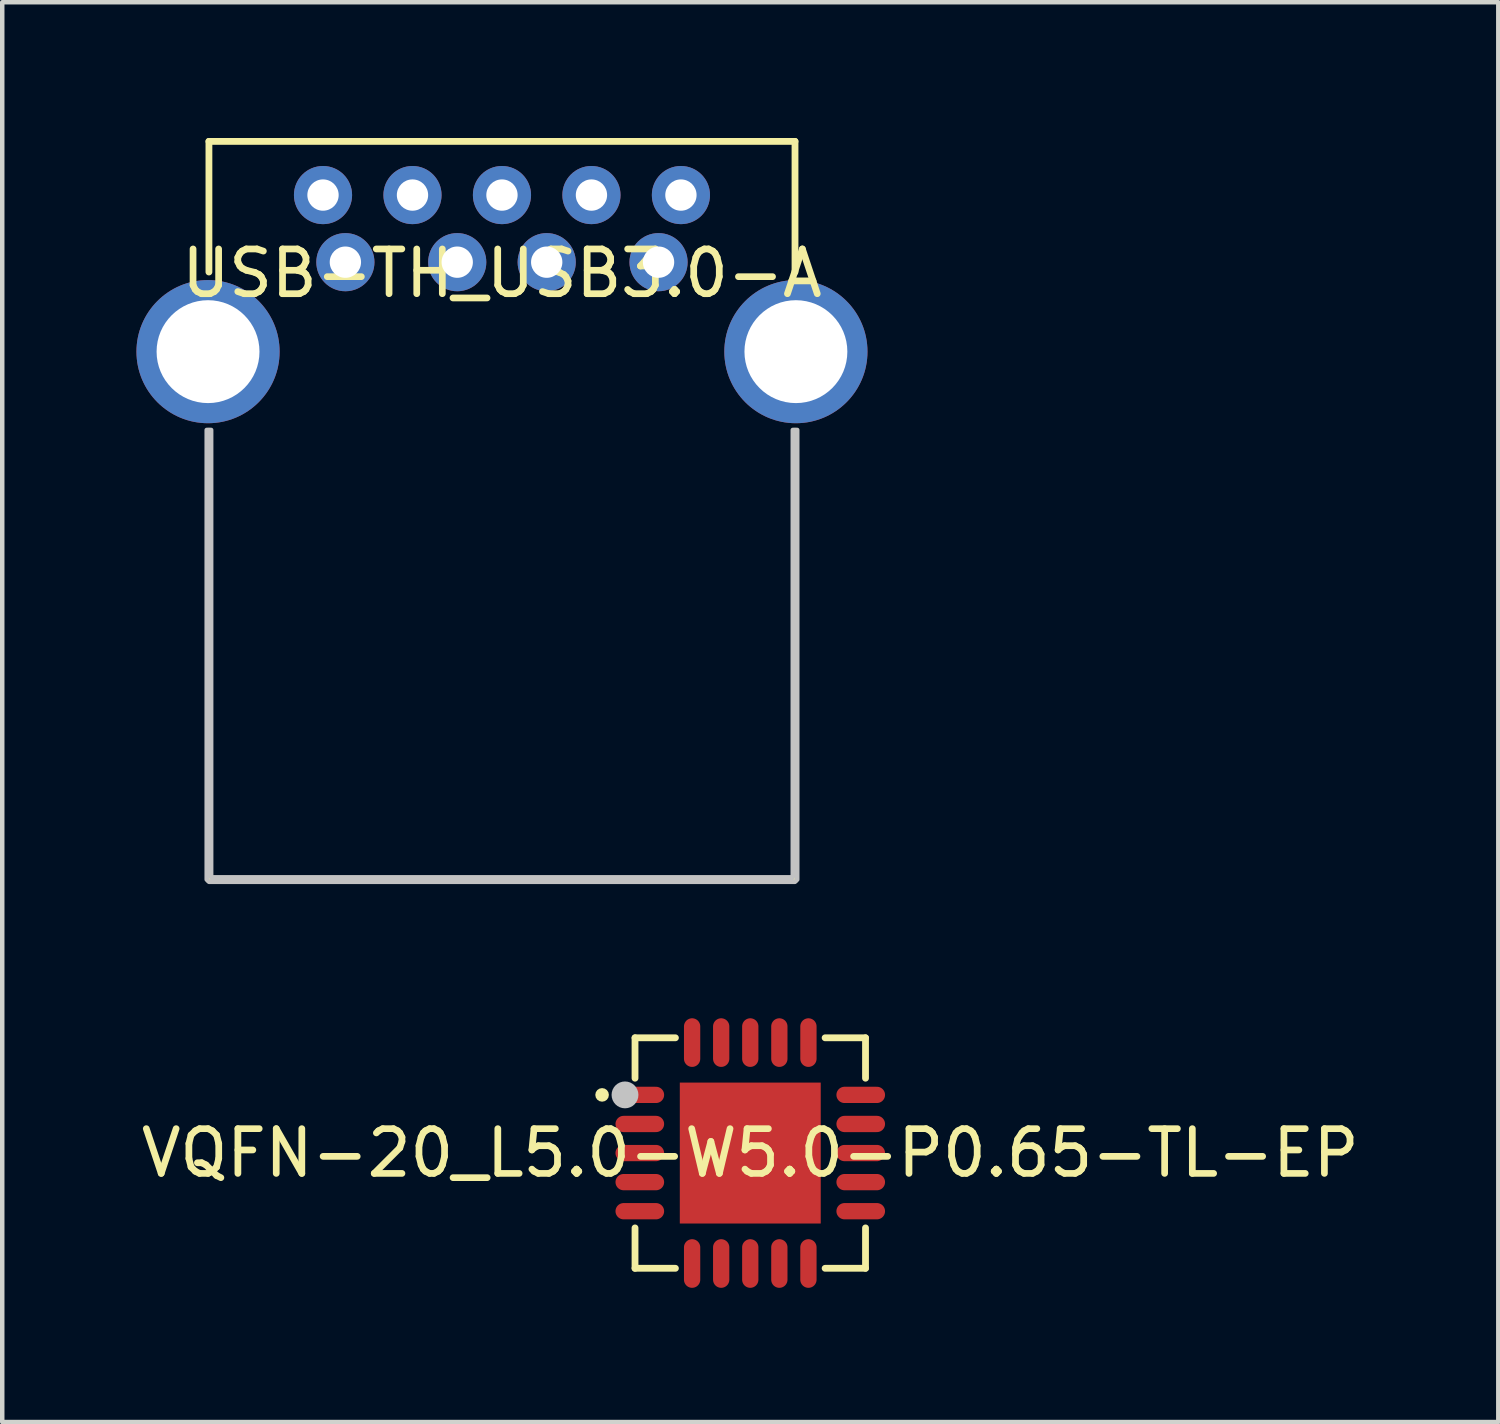
<source format=kicad_pcb>
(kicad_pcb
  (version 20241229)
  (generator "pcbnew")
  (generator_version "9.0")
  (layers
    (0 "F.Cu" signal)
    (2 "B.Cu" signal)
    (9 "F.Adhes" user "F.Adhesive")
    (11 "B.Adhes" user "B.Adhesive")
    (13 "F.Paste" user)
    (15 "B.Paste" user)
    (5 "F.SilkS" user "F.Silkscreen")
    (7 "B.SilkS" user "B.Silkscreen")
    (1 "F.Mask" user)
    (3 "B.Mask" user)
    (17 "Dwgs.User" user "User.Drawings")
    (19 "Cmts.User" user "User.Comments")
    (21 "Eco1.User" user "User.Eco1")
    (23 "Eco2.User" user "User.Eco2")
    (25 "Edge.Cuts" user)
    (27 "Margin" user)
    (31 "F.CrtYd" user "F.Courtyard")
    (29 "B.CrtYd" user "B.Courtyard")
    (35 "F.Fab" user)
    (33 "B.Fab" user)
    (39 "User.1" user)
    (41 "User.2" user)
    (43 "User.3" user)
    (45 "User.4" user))
  (footprint "VQFN-20_L5.0-W5.0-P0.65-TL-EP"
    (layer "F.Cu")
    (at 13.72 22.723)
    (property "Reference" "VQFN-20_L5.0-W5.0-P0.65-TL-EP" (at 0 0 0) (layer "F.SilkS") (effects (font (size 1 1) (thickness 0.15))))
    (fp_line (start -2.576 -2.576) (end -2.576 -1.673) (stroke (width 0.152) (type default)) (layer "F.SilkS"))
    (fp_line (start -2.576 2.576) (end -2.576 1.673) (stroke (width 0.152) (type default)) (layer "F.SilkS"))
    (fp_line (start -1.673 -2.576) (end -2.576 -2.576) (stroke (width 0.152) (type default)) (layer "F.SilkS"))
    (fp_line (start -1.673 2.576) (end -2.576 2.576) (stroke (width 0.152) (type default)) (layer "F.SilkS"))
    (fp_line (start 1.673 -2.576) (end 2.576 -2.576) (stroke (width 0.152) (type default)) (layer "F.SilkS"))
    (fp_line (start 1.673 2.576) (end 2.576 2.576) (stroke (width 0.152) (type default)) (layer "F.SilkS"))
    (fp_line (start 2.576 -2.576) (end 2.576 -1.673) (stroke (width 0.152) (type default)) (layer "F.SilkS"))
    (fp_line (start 2.576 2.576) (end 2.576 1.673) (stroke (width 0.152) (type default)) (layer "F.SilkS"))
    (fp_circle (center -3.312 -1.3) (end -3.236 -1.3) (stroke (width 0.152) (type default)) (fill no) (layer "F.SilkS"))
    (fp_poly (pts (xy -1.26 -1.26) (xy 1.26 -1.26) (xy 1.26 1.26) (xy -1.26 1.26)) (stroke (width 0) (type default)) (fill yes) (layer "F.Paste"))
    (fp_poly (pts (arc (start -2.83 -1.118) (mid -3.012 -1.3) (end -2.83 -1.482)) (arc (start -2.107 -1.482) (mid -1.925 -1.3) (end -2.107 -1.118))) (stroke (width 0) (type default)) (fill yes) (layer "F.Paste"))
    (fp_poly (pts (arc (start -2.83 -0.468) (mid -3.012 -0.65) (end -2.83 -0.832)) (arc (start -2.107 -0.832) (mid -1.925 -0.65) (end -2.107 -0.468))) (stroke (width 0) (type default)) (fill yes) (layer "F.Paste"))
    (fp_poly (pts (arc (start -2.83 0.182) (mid -3.012 0) (end -2.83 -0.182)) (arc (start -2.107 -0.182) (mid -1.925 0) (end -2.107 0.182))) (stroke (width 0) (type default)) (fill yes) (layer "F.Paste"))
    (fp_poly (pts (arc (start -2.83 0.832) (mid -3.012 0.65) (end -2.83 0.468)) (arc (start -2.107 0.468) (mid -1.925 0.65) (end -2.107 0.832))) (stroke (width 0) (type default)) (fill yes) (layer "F.Paste"))
    (fp_poly (pts (arc (start -2.83 1.482) (mid -3.012 1.3) (end -2.83 1.118)) (arc (start -2.107 1.118) (mid -1.925 1.3) (end -2.107 1.482))) (stroke (width 0) (type default)) (fill yes) (layer "F.Paste"))
    (fp_poly (pts (arc (start -1.482 -2.83) (mid -1.3 -3.012) (end -1.118 -2.83)) (arc (start -1.118 -2.107) (mid -1.3 -1.925) (end -1.482 -2.107))) (stroke (width 0) (type default)) (fill yes) (layer "F.Paste"))
    (fp_poly (pts (arc (start -1.482 2.107) (mid -1.3 1.925) (end -1.118 2.107)) (arc (start -1.118 2.83) (mid -1.3 3.012) (end -1.482 2.83))) (stroke (width 0) (type default)) (fill yes) (layer "F.Paste"))
    (fp_poly (pts (arc (start -0.832 -2.83) (mid -0.65 -3.012) (end -0.468 -2.83)) (arc (start -0.468 -2.107) (mid -0.65 -1.925) (end -0.832 -2.107))) (stroke (width 0) (type default)) (fill yes) (layer "F.Paste"))
    (fp_poly (pts (arc (start -0.832 2.107) (mid -0.65 1.925) (end -0.468 2.107)) (arc (start -0.468 2.83) (mid -0.65 3.012) (end -0.832 2.83))) (stroke (width 0) (type default)) (fill yes) (layer "F.Paste"))
    (fp_poly (pts (arc (start -0.182 -2.83) (mid 0 -3.012) (end 0.182 -2.83)) (arc (start 0.182 -2.107) (mid 0 -1.925) (end -0.182 -2.107))) (stroke (width 0) (type default)) (fill yes) (layer "F.Paste"))
    (fp_poly (pts (arc (start -0.182 2.107) (mid 0 1.925) (end 0.182 2.107)) (arc (start 0.182 2.83) (mid 0 3.012) (end -0.182 2.83))) (stroke (width 0) (type default)) (fill yes) (layer "F.Paste"))
    (fp_poly (pts (arc (start 0.468 -2.83) (mid 0.65 -3.012) (end 0.832 -2.83)) (arc (start 0.832 -2.107) (mid 0.65 -1.925) (end 0.468 -2.107))) (stroke (width 0) (type default)) (fill yes) (layer "F.Paste"))
    (fp_poly (pts (arc (start 0.468 2.107) (mid 0.65 1.925) (end 0.832 2.107)) (arc (start 0.832 2.83) (mid 0.65 3.012) (end 0.468 2.83))) (stroke (width 0) (type default)) (fill yes) (layer "F.Paste"))
    (fp_poly (pts (arc (start 1.118 -2.83) (mid 1.3 -3.012) (end 1.482 -2.83)) (arc (start 1.482 -2.107) (mid 1.3 -1.925) (end 1.118 -2.107))) (stroke (width 0) (type default)) (fill yes) (layer "F.Paste"))
    (fp_poly (pts (arc (start 1.118 2.107) (mid 1.3 1.925) (end 1.482 2.107)) (arc (start 1.482 2.83) (mid 1.3 3.012) (end 1.118 2.83))) (stroke (width 0) (type default)) (fill yes) (layer "F.Paste"))
    (fp_poly (pts (arc (start 2.107 -1.118) (mid 1.925 -1.3) (end 2.107 -1.482)) (arc (start 2.83 -1.482) (mid 3.012 -1.3) (end 2.83 -1.118))) (stroke (width 0) (type default)) (fill yes) (layer "F.Paste"))
    (fp_poly (pts (arc (start 2.107 -0.468) (mid 1.925 -0.65) (end 2.107 -0.832)) (arc (start 2.83 -0.832) (mid 3.012 -0.65) (end 2.83 -0.468))) (stroke (width 0) (type default)) (fill yes) (layer "F.Paste"))
    (fp_poly (pts (arc (start 2.107 0.182) (mid 1.925 0) (end 2.107 -0.182)) (arc (start 2.83 -0.182) (mid 3.012 0) (end 2.83 0.182))) (stroke (width 0) (type default)) (fill yes) (layer "F.Paste"))
    (fp_poly (pts (arc (start 2.107 0.832) (mid 1.925 0.65) (end 2.107 0.468)) (arc (start 2.83 0.468) (mid 3.012 0.65) (end 2.83 0.832))) (stroke (width 0) (type default)) (fill yes) (layer "F.Paste"))
    (fp_poly (pts (arc (start 2.107 1.482) (mid 1.925 1.3) (end 2.107 1.118)) (arc (start 2.83 1.118) (mid 3.012 1.3) (end 2.83 1.482))) (stroke (width 0) (type default)) (fill yes) (layer "F.Paste"))
    (fp_circle (center -2.8 -1.3) (end -2.65 -1.3) (stroke (width 0.3) (type default)) (fill no) (layer "Dwgs.User"))
    (fp_poly (pts (xy -2.5 -1.452) (xy -1.95 -1.452) (xy -1.95 -1.147) (xy -2.5 -1.147)) (stroke (width 0.1) (type default)) (fill no) (layer "User.1"))
    (fp_poly (pts (xy -2.5 -0.802) (xy -1.95 -0.802) (xy -1.95 -0.497) (xy -2.5 -0.497)) (stroke (width 0.1) (type default)) (fill no) (layer "User.1"))
    (fp_poly (pts (xy -2.5 -0.152) (xy -1.95 -0.152) (xy -1.95 0.152) (xy -2.5 0.152)) (stroke (width 0.1) (type default)) (fill no) (layer "User.1"))
    (fp_poly (pts (xy -2.5 0.497) (xy -1.95 0.497) (xy -1.95 0.802) (xy -2.5 0.802)) (stroke (width 0.1) (type default)) (fill no) (layer "User.1"))
    (fp_poly (pts (xy -2.5 1.147) (xy -1.95 1.147) (xy -1.95 1.452) (xy -2.5 1.452)) (stroke (width 0.1) (type default)) (fill no) (layer "User.1"))
    (fp_poly (pts (xy -1.452 -1.95) (xy -1.147 -1.95) (xy -1.147 -2.5) (xy -1.452 -2.5)) (stroke (width 0.1) (type default)) (fill no) (layer "User.1"))
    (fp_poly (pts (xy -1.452 1.95) (xy -1.147 1.95) (xy -1.147 2.5) (xy -1.452 2.5)) (stroke (width 0.1) (type default)) (fill no) (layer "User.1"))
    (fp_poly (pts (xy -0.802 -1.95) (xy -0.497 -1.95) (xy -0.497 -2.5) (xy -0.802 -2.5)) (stroke (width 0.1) (type default)) (fill no) (layer "User.1"))
    (fp_poly (pts (xy -0.802 1.95) (xy -0.497 1.95) (xy -0.497 2.5) (xy -0.802 2.5)) (stroke (width 0.1) (type default)) (fill no) (layer "User.1"))
    (fp_poly (pts (xy -0.152 -1.95) (xy 0.152 -1.95) (xy 0.152 -2.5) (xy -0.152 -2.5)) (stroke (width 0.1) (type default)) (fill no) (layer "User.1"))
    (fp_poly (pts (xy -0.152 1.95) (xy 0.152 1.95) (xy 0.152 2.5) (xy -0.152 2.5)) (stroke (width 0.1) (type default)) (fill no) (layer "User.1"))
    (fp_poly (pts (xy 0.497 -1.95) (xy 0.802 -1.95) (xy 0.802 -2.5) (xy 0.497 -2.5)) (stroke (width 0.1) (type default)) (fill no) (layer "User.1"))
    (fp_poly (pts (xy 0.497 1.95) (xy 0.802 1.95) (xy 0.802 2.5) (xy 0.497 2.5)) (stroke (width 0.1) (type default)) (fill no) (layer "User.1"))
    (fp_poly (pts (xy 1.147 -1.95) (xy 1.452 -1.95) (xy 1.452 -2.5) (xy 1.147 -2.5)) (stroke (width 0.1) (type default)) (fill no) (layer "User.1"))
    (fp_poly (pts (xy 1.147 1.95) (xy 1.452 1.95) (xy 1.452 2.5) (xy 1.147 2.5)) (stroke (width 0.1) (type default)) (fill no) (layer "User.1"))
    (fp_poly (pts (xy 2.5 -1.452) (xy 1.95 -1.452) (xy 1.95 -1.147) (xy 2.5 -1.147)) (stroke (width 0.1) (type default)) (fill no) (layer "User.1"))
    (fp_poly (pts (xy 2.5 -0.802) (xy 1.95 -0.802) (xy 1.95 -0.497) (xy 2.5 -0.497)) (stroke (width 0.1) (type default)) (fill no) (layer "User.1"))
    (fp_poly (pts (xy 2.5 -0.152) (xy 1.95 -0.152) (xy 1.95 0.152) (xy 2.5 0.152)) (stroke (width 0.1) (type default)) (fill no) (layer "User.1"))
    (fp_poly (pts (xy 2.5 0.497) (xy 1.95 0.497) (xy 1.95 0.802) (xy 2.5 0.802)) (stroke (width 0.1) (type default)) (fill no) (layer "User.1"))
    (fp_poly (pts (xy 2.5 1.147) (xy 1.95 1.147) (xy 1.95 1.452) (xy 2.5 1.452)) (stroke (width 0.1) (type default)) (fill no) (layer "User.1"))
    (fp_poly (pts (xy -1.26 -1.575) (xy 1.575 -1.575) (xy 1.575 1.575) (xy -1.575 1.575) (xy -1.575 -1.26)) (stroke (width 0.1) (type default)) (fill no) (layer "User.1"))
    (fp_line (start -2.5 -2.5) (end 2.5 -2.5) (stroke (width 0.051) (type default)) (layer "User.2"))
    (fp_line (start -2.5 2.5) (end -2.5 -2.5) (stroke (width 0.051) (type default)) (layer "User.2"))
    (fp_line (start 2.5 -2.5) (end 2.5 2.5) (stroke (width 0.051) (type default)) (layer "User.2"))
    (fp_line (start 2.5 2.5) (end -2.5 2.5) (stroke (width 0.051) (type default)) (layer "User.2"))
    (fp_poly (pts (xy -2.44 -2.5) (xy -2.458 -2.542) (xy -2.5 -2.56) (xy -2.542 -2.542) (xy -2.56 -2.5) (xy -2.542 -2.458) (xy -2.5 -2.44) (xy -2.458 -2.458)) (stroke (width 0.1) (type default)) (fill no) (layer "User.3"))
    (pad "1" smd oval (at -2.469 -1.3) (size 1.087 0.364) (layers "F.Cu" "F.Mask" "F.Paste"))
    (pad "2" smd oval (at -2.469 -0.65) (size 1.087 0.364) (layers "F.Cu" "F.Mask" "F.Paste"))
    (pad "3" smd oval (at -2.469 0) (size 1.087 0.364) (layers "F.Cu" "F.Mask" "F.Paste"))
    (pad "4" smd oval (at -2.469 0.65) (size 1.087 0.364) (layers "F.Cu" "F.Mask" "F.Paste"))
    (pad "5" smd oval (at -2.469 1.3) (size 1.087 0.364) (layers "F.Cu" "F.Mask" "F.Paste"))
    (pad "6" smd oval (at -1.3 2.469) (size 0.364 1.087) (layers "F.Cu" "F.Mask" "F.Paste"))
    (pad "7" smd oval (at -0.65 2.469) (size 0.364 1.087) (layers "F.Cu" "F.Mask" "F.Paste"))
    (pad "8" smd oval (at 0 2.469) (size 0.364 1.087) (layers "F.Cu" "F.Mask" "F.Paste"))
    (pad "9" smd oval (at 0.65 2.469) (size 0.364 1.087) (layers "F.Cu" "F.Mask" "F.Paste"))
    (pad "10" smd oval (at 1.3 2.469) (size 0.364 1.087) (layers "F.Cu" "F.Mask" "F.Paste"))
    (pad "11" smd oval (at 2.469 1.3) (size 1.087 0.364) (layers "F.Cu" "F.Mask" "F.Paste"))
    (pad "12" smd oval (at 2.469 0.65) (size 1.087 0.364) (layers "F.Cu" "F.Mask" "F.Paste"))
    (pad "13" smd oval (at 2.469 0) (size 1.087 0.364) (layers "F.Cu" "F.Mask" "F.Paste"))
    (pad "14" smd oval (at 2.469 -0.65) (size 1.087 0.364) (layers "F.Cu" "F.Mask" "F.Paste"))
    (pad "15" smd oval (at 2.469 -1.3) (size 1.087 0.364) (layers "F.Cu" "F.Mask" "F.Paste"))
    (pad "16" smd oval (at 1.3 -2.469) (size 0.364 1.087) (layers "F.Cu" "F.Mask" "F.Paste"))
    (pad "17" smd oval (at 0.65 -2.469) (size 0.364 1.087) (layers "F.Cu" "F.Mask" "F.Paste"))
    (pad "18" smd oval (at 0 -2.469) (size 0.364 1.087) (layers "F.Cu" "F.Mask" "F.Paste"))
    (pad "19" smd oval (at -0.65 -2.469) (size 0.364 1.087) (layers "F.Cu" "F.Mask" "F.Paste"))
    (pad "20" smd oval (at -1.3 -2.469) (size 0.364 1.087) (layers "F.Cu" "F.Mask" "F.Paste"))
    (pad "21" smd rect (at 0 0) (size 3.15 3.15) (layers "F.Cu" "F.Mask" "F.Paste")))
  (footprint "USB-TH_USB3.0-A"
    (layer "F.Cu")
    (at 8.17 3.06)
    (property "Reference" "USB-TH_USB3.0-A" (at 0 0 0) (layer "F.SilkS") (effects (font (size 1 1) (thickness 0.15))))
    (fp_line (start -6.55 -0.03) (end -6.55 -2.95) (stroke (width 0.152) (type default)) (layer "F.SilkS"))
    (fp_line (start -6.55 13.55) (end -6.55 3.53) (stroke (width 0.152) (type default)) (layer "F.SilkS"))
    (fp_line (start -6.55 13.55) (end 6.55 13.55) (stroke (width 0.152) (type default)) (layer "F.SilkS"))
    (fp_line (start 6.55 -2.95) (end -6.55 -2.95) (stroke (width 0.152) (type default)) (layer "F.SilkS"))
    (fp_line (start 6.55 -2.95) (end 6.55 -0.03) (stroke (width 0.152) (type default)) (layer "F.SilkS"))
    (fp_line (start 6.55 3.53) (end 6.55 13.55) (stroke (width 0.152) (type default)) (layer "F.SilkS"))
    (fp_poly (pts (xy -6.6 3.55) (xy -6.6 13.55) (xy -6.55 13.6) (xy 6.55 13.6) (xy 6.6 13.55) (xy 6.6 3.5) (xy 6.5 3.5) (xy 6.5 13.5) (xy -6.5 13.5) (xy -6.5 3.5) (xy -6.6 3.5)) (stroke (width 0.1) (type default)) (fill no) (layer "Dwgs.User"))
    (fp_poly (pts (xy -6.72 2.5) (xy -6.72 1) (xy -6.42 1) (xy -6.42 2.5)) (stroke (width 0.1) (type default)) (fill no) (layer "User.1"))
    (fp_poly (pts (xy -4.225 -1.9) (xy -3.775 -1.9) (xy -3.775 -1.6) (xy -4.225 -1.6)) (stroke (width 0.1) (type default)) (fill no) (layer "User.1"))
    (fp_poly (pts (xy -3.725 -0.4) (xy -3.275 -0.4) (xy -3.275 -0.1) (xy -3.725 -0.1)) (stroke (width 0.1) (type default)) (fill no) (layer "User.1"))
    (fp_poly (pts (xy -2.225 -1.9) (xy -1.775 -1.9) (xy -1.775 -1.6) (xy -2.225 -1.6)) (stroke (width 0.1) (type default)) (fill no) (layer "User.1"))
    (fp_poly (pts (xy -1.225 -0.4) (xy -0.775 -0.4) (xy -0.775 -0.1) (xy -1.225 -0.1)) (stroke (width 0.1) (type default)) (fill no) (layer "User.1"))
    (fp_poly (pts (xy -0.225 -1.9) (xy 0.225 -1.9) (xy 0.225 -1.6) (xy -0.225 -1.6)) (stroke (width 0.1) (type default)) (fill no) (layer "User.1"))
    (fp_poly (pts (xy 0.775 -0.4) (xy 1.225 -0.4) (xy 1.225 -0.1) (xy 0.775 -0.1)) (stroke (width 0.1) (type default)) (fill no) (layer "User.1"))
    (fp_poly (pts (xy 1.775 -1.9) (xy 2.225 -1.9) (xy 2.225 -1.6) (xy 1.775 -1.6)) (stroke (width 0.1) (type default)) (fill no) (layer "User.1"))
    (fp_poly (pts (xy 3.275 -0.4) (xy 3.725 -0.4) (xy 3.725 -0.1) (xy 3.275 -0.1)) (stroke (width 0.1) (type default)) (fill no) (layer "User.1"))
    (fp_poly (pts (xy 3.775 -1.9) (xy 4.225 -1.9) (xy 4.225 -1.6) (xy 3.775 -1.6)) (stroke (width 0.1) (type default)) (fill no) (layer "User.1"))
    (fp_poly (pts (xy 6.72 1) (xy 6.72 2.5) (xy 6.42 2.5) (xy 6.42 1)) (stroke (width 0.1) (type default)) (fill no) (layer "User.1"))
    (fp_poly (pts (xy -6.55 2.5) (xy -6.42 2.5) (xy -6.42 1) (xy -7.8 1) (xy -7.8 2.5)) (stroke (width 0.1) (type default)) (fill no) (layer "User.1"))
    (fp_poly (pts (xy 6.55 1) (xy 6.42 1) (xy 6.42 2.5) (xy 7.8 2.5) (xy 7.8 1)) (stroke (width 0.1) (type default)) (fill no) (layer "User.1"))
    (fp_line (start -6.55 -2.95) (end 6.55 -2.95) (stroke (width 0.051) (type default)) (layer "User.2"))
    (fp_line (start -6.55 13.55) (end -6.55 -2.95) (stroke (width 0.051) (type default)) (layer "User.2"))
    (fp_line (start 6.55 -2.95) (end 6.55 13.55) (stroke (width 0.051) (type default)) (layer "User.2"))
    (fp_line (start 6.55 13.55) (end -6.55 13.55) (stroke (width 0.051) (type default)) (layer "User.2"))
    (fp_poly (pts (xy -7.74 -2.95) (xy -7.758 -2.992) (xy -7.8 -3.01) (xy -7.842 -2.992) (xy -7.86 -2.95) (xy -7.842 -2.908) (xy -7.8 -2.89) (xy -7.758 -2.908)) (stroke (width 0.1) (type default)) (fill no) (layer "User.3"))
    (pad "1" thru_hole circle (at -3.5 -0.25) (size 1.3 1.3) (drill 0.7) (layers "*.Cu" "*.Mask"))
    (pad "2" thru_hole circle (at -1 -0.25) (size 1.3 1.3) (drill 0.7) (layers "*.Cu" "*.Mask"))
    (pad "3" thru_hole circle (at 1 -0.25) (size 1.3 1.3) (drill 0.7) (layers "*.Cu" "*.Mask"))
    (pad "4" thru_hole circle (at 3.5 -0.25) (size 1.3 1.3) (drill 0.7) (layers "*.Cu" "*.Mask"))
    (pad "5" thru_hole circle (at 4 -1.75) (size 1.3 1.3) (drill 0.7) (layers "*.Cu" "*.Mask"))
    (pad "6" thru_hole circle (at 2 -1.75) (size 1.3 1.3) (drill 0.7) (layers "*.Cu" "*.Mask"))
    (pad "7" thru_hole circle (at 0 -1.75) (size 1.3 1.3) (drill 0.7) (layers "*.Cu" "*.Mask"))
    (pad "8" thru_hole circle (at -2 -1.75) (size 1.3 1.3) (drill 0.7) (layers "*.Cu" "*.Mask"))
    (pad "9" thru_hole circle (at -4 -1.75) (size 1.3 1.3) (drill 0.7) (layers "*.Cu" "*.Mask"))
    (pad "10" thru_hole circle (at -6.57 1.75) (size 3.2 3.2) (drill 2.3) (layers "*.Cu" "*.Mask"))
    (pad "10" thru_hole circle (at 6.57 1.75) (size 3.2 3.2) (drill 2.3) (layers "*.Cu" "*.Mask")))
  (gr_rect
    (start -3 -3)
    (end 30.44 28.735)
    (stroke (width 0.1) (type default))
    (fill no)
    (layer "Edge.Cuts")))
</source>
